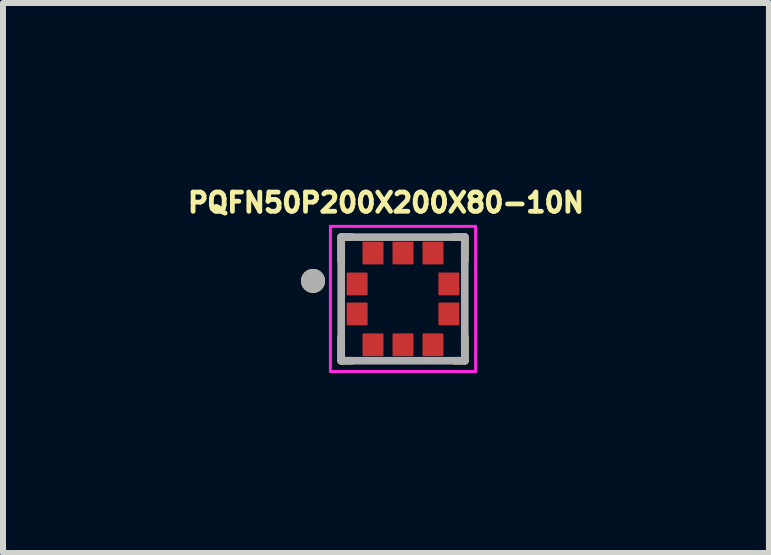
<source format=kicad_pcb>
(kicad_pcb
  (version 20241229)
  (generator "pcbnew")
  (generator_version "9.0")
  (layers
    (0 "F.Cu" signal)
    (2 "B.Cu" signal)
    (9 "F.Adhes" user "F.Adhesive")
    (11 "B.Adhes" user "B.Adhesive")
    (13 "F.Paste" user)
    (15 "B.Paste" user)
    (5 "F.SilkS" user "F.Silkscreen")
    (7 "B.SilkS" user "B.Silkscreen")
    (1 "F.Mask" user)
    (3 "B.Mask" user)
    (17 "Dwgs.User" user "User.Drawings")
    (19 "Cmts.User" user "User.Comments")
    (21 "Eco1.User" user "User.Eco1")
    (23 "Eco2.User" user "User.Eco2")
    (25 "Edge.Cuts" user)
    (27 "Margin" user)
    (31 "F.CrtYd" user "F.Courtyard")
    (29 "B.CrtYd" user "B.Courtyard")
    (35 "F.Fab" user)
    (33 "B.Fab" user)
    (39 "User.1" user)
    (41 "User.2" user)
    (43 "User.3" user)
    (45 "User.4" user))
  (footprint "PQFN50P200X200X80-10N"
    (layer "F.Cu")
    (at 3.668 1.933)
    (property "Reference" "PQFN50P200X200X80-10N" (at -0.284 -1.605 0) (layer "F.SilkS") (effects (font (size 0.32 0.32) (thickness 0.15))))
    (attr smd)
    (fp_line (start -1.03 -1.03) (end -0.85 -1.03) (stroke (width 0.127) (type solid)) (layer "F.SilkS"))
    (fp_line (start -1.03 -0.63) (end -1.03 -1.03) (stroke (width 0.127) (type solid)) (layer "F.SilkS"))
    (fp_line (start -1.03 1.03) (end -1.03 0.63) (stroke (width 0.127) (type solid)) (layer "F.SilkS"))
    (fp_line (start -0.85 1.03) (end -1.03 1.03) (stroke (width 0.127) (type solid)) (layer "F.SilkS"))
    (fp_line (start 0.85 -1.03) (end 1.03 -1.03) (stroke (width 0.127) (type solid)) (layer "F.SilkS"))
    (fp_line (start 0.85 1.03) (end 1.03 1.03) (stroke (width 0.127) (type solid)) (layer "F.SilkS"))
    (fp_line (start 1.03 -1.03) (end 1.03 -0.63) (stroke (width 0.127) (type solid)) (layer "F.SilkS"))
    (fp_line (start 1.03 1.03) (end 1.03 0.63) (stroke (width 0.127) (type solid)) (layer "F.SilkS"))
    (fp_circle (center -1.5 -0.3) (end -1.4 -0.3) (stroke (width 0.2) (type solid)) (fill no) (layer "F.SilkS"))
    (fp_line (start -1.21 -1.21) (end 1.21 -1.21) (stroke (width 0.05) (type solid)) (layer "F.CrtYd"))
    (fp_line (start -1.21 1.21) (end -1.21 -1.21) (stroke (width 0.05) (type solid)) (layer "F.CrtYd"))
    (fp_line (start 1.21 -1.21) (end 1.21 1.21) (stroke (width 0.05) (type solid)) (layer "F.CrtYd"))
    (fp_line (start 1.21 1.21) (end -1.21 1.21) (stroke (width 0.05) (type solid)) (layer "F.CrtYd"))
    (fp_line (start -1.03 -1.03) (end 1.03 -1.03) (stroke (width 0.127) (type solid)) (layer "F.Fab"))
    (fp_line (start -1.03 1.03) (end -1.03 -1.03) (stroke (width 0.127) (type solid)) (layer "F.Fab"))
    (fp_line (start 1.03 -1.03) (end 1.03 1.03) (stroke (width 0.127) (type solid)) (layer "F.Fab"))
    (fp_line (start 1.03 1.03) (end -1.03 1.03) (stroke (width 0.127) (type solid)) (layer "F.Fab"))
    (fp_circle (center -1.5 -0.3) (end -1.4 -0.3) (stroke (width 0.2) (type solid)) (fill no) (layer "F.Fab"))
    (pad "1" smd roundrect (at -0.765 -0.25) (size 0.35 0.38) (layers "F.Cu" "F.Mask" "F.Paste") (roundrect_rratio 0.045))
    (pad "2" smd roundrect (at -0.765 0.25) (size 0.35 0.38) (layers "F.Cu" "F.Mask" "F.Paste") (roundrect_rratio 0.045))
    (pad "3" smd roundrect (at -0.5 0.765) (size 0.35 0.38) (layers "F.Cu" "F.Mask" "F.Paste") (roundrect_rratio 0.045))
    (pad "4" smd roundrect (at 0 0.765) (size 0.35 0.38) (layers "F.Cu" "F.Mask" "F.Paste") (roundrect_rratio 0.045))
    (pad "5" smd roundrect (at 0.5 0.765) (size 0.35 0.38) (layers "F.Cu" "F.Mask" "F.Paste") (roundrect_rratio 0.045))
    (pad "6" smd roundrect (at 0.765 0.25) (size 0.35 0.38) (layers "F.Cu" "F.Mask" "F.Paste") (roundrect_rratio 0.045))
    (pad "7" smd roundrect (at 0.765 -0.25) (size 0.35 0.38) (layers "F.Cu" "F.Mask" "F.Paste") (roundrect_rratio 0.045))
    (pad "8" smd roundrect (at 0.5 -0.765) (size 0.35 0.38) (layers "F.Cu" "F.Mask" "F.Paste") (roundrect_rratio 0.045))
    (pad "9" smd roundrect (at 0 -0.765) (size 0.35 0.38) (layers "F.Cu" "F.Mask" "F.Paste") (roundrect_rratio 0.045))
    (pad "10" smd roundrect (at -0.5 -0.765) (size 0.35 0.38) (layers "F.Cu" "F.Mask" "F.Paste") (roundrect_rratio 0.045)))
  (gr_rect
    (start -3 -3)
    (end 9.768 6.168)
    (stroke (width 0.1) (type default))
    (fill no)
    (layer "Edge.Cuts")))
</source>
